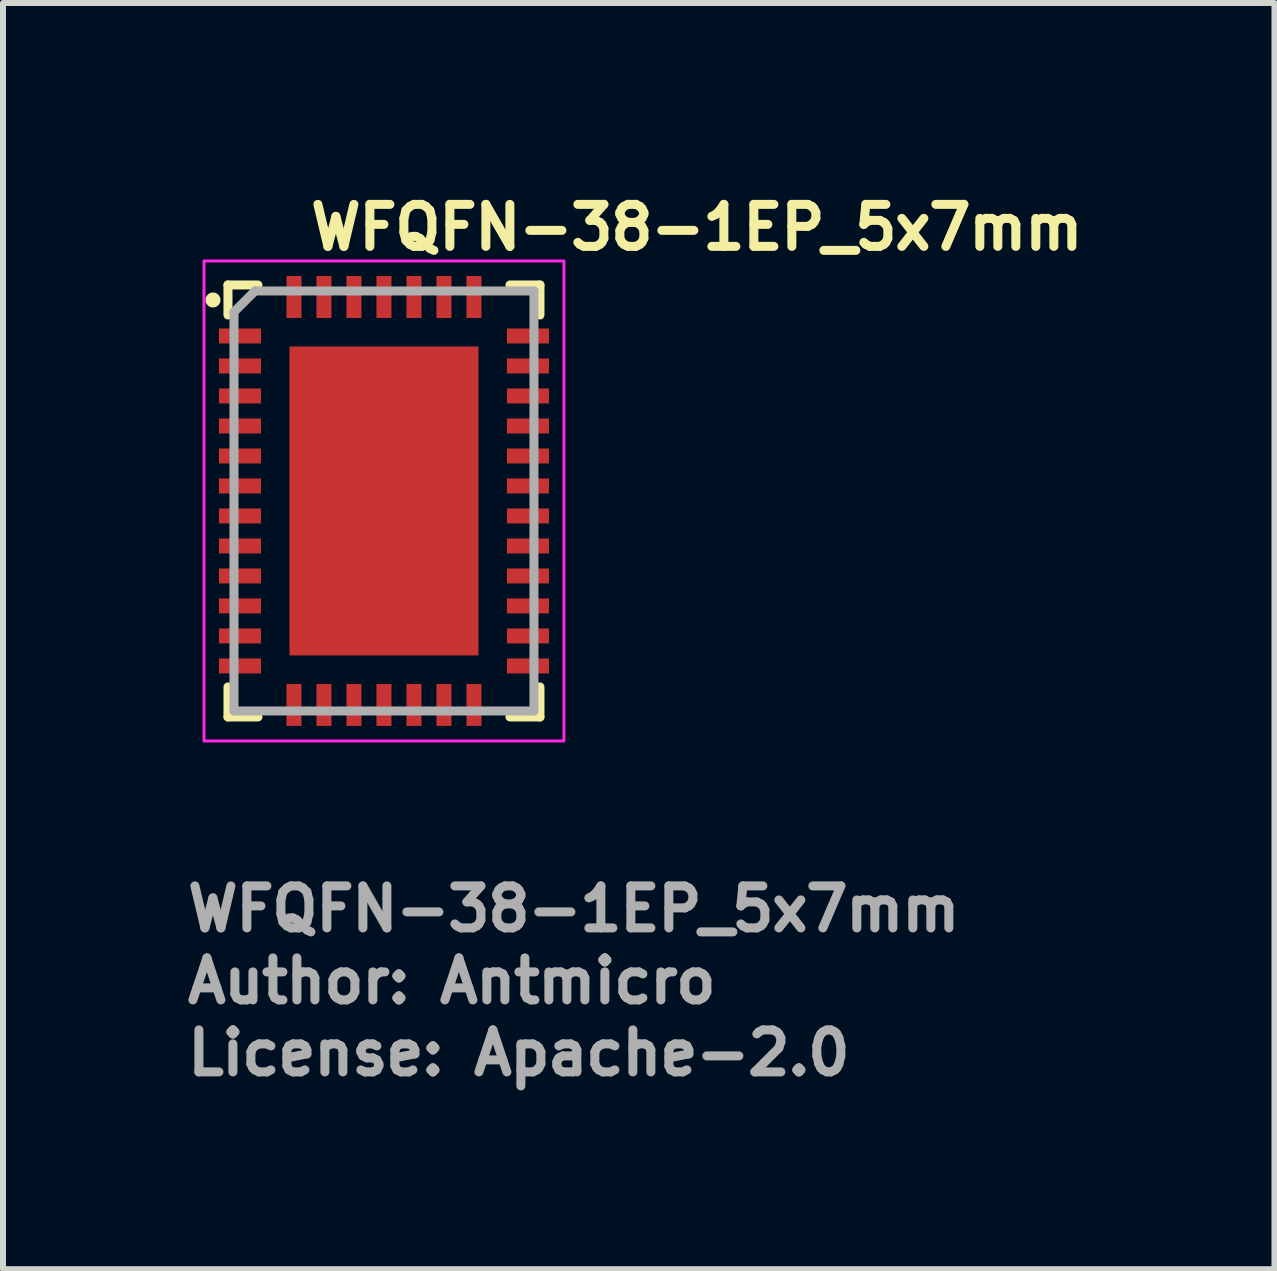
<source format=kicad_pcb>
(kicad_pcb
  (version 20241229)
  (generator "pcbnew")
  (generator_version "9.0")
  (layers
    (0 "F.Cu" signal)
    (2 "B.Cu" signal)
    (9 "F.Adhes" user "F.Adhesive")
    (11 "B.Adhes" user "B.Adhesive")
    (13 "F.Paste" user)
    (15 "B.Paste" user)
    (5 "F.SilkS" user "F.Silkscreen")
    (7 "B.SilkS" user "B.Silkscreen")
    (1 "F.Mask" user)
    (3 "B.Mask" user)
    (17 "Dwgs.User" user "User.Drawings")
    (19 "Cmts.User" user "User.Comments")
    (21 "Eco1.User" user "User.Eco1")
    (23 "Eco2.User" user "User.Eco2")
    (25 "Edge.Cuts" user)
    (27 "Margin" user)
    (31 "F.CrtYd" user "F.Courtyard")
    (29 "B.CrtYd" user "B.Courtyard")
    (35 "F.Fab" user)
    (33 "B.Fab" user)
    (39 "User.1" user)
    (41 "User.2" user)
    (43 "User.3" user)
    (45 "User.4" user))
  (footprint "WFQFN-38-1EP_5x7mm"
    (layer "F.Cu")
    (at 3.35 5.3)
    (property "Reference" "WFQFN-38-1EP_5x7mm" (at -1.3 -4.15 0) (layer "F.SilkS") (effects (font (size 0.7 0.7) (thickness 0.15)) (justify left bottom)))
    (attr smd)
    (fp_line (start -2.6 -3.6) (end -2.1 -3.6) (stroke (width 0.15) (type solid)) (layer "F.SilkS"))
    (fp_line (start -2.6 -3.1) (end -2.6 -3.6) (stroke (width 0.15) (type solid)) (layer "F.SilkS"))
    (fp_line (start -2.6 3.6) (end -2.6 3.1) (stroke (width 0.15) (type solid)) (layer "F.SilkS"))
    (fp_line (start -2.6 3.6) (end -2.1 3.6) (stroke (width 0.15) (type solid)) (layer "F.SilkS"))
    (fp_line (start 2.6 -3.6) (end 2.1 -3.6) (stroke (width 0.15) (type solid)) (layer "F.SilkS"))
    (fp_line (start 2.6 -3.6) (end 2.6 -3.1) (stroke (width 0.15) (type solid)) (layer "F.SilkS"))
    (fp_line (start 2.6 3.6) (end 2.1 3.6) (stroke (width 0.15) (type solid)) (layer "F.SilkS"))
    (fp_line (start 2.6 3.6) (end 2.6 3.1) (stroke (width 0.15) (type solid)) (layer "F.SilkS"))
    (fp_circle (center -2.85 -3.35) (end -2.8 -3.35) (stroke (width 0.15) (type solid)) (fill yes) (layer "F.SilkS"))
    (fp_rect (start -3 -4) (end 3 4) (stroke (width 0.05) (type solid)) (fill no) (layer "F.CrtYd"))
    (fp_line (start -2.5 -3.15) (end -2.5 3.5) (stroke (width 0.15) (type solid)) (layer "F.Fab"))
    (fp_line (start -2.5 -3.15) (end -2.15 -3.5) (stroke (width 0.15) (type solid)) (layer "F.Fab"))
    (fp_line (start -2.5 3.5) (end 2.5 3.5) (stroke (width 0.15) (type solid)) (layer "F.Fab"))
    (fp_line (start -2.15 -3.5) (end 2.5 -3.5) (stroke (width 0.15) (type solid)) (layer "F.Fab"))
    (fp_line (start 2.5 -3.5) (end 2.5 3.5) (stroke (width 0.15) (type solid)) (layer "F.Fab"))
    (fp_rect (start -2.553 -3.556) (end 2.553 3.556) (stroke (width 0.1) (type solid)) (fill no) (layer "User.5"))
    (fp_line (start -2.553 -3.556) (end -2.553 3.556) (stroke (width 0.02) (type solid)) (layer "User.9"))
    (fp_line (start -2.553 3.556) (end 2.553 3.556) (stroke (width 0.02) (type solid)) (layer "User.9"))
    (fp_line (start -2.17 -2.75) (end -2.17 -2.75) (stroke (width 0.02) (type solid)) (layer "User.9"))
    (fp_line (start -2.17 -2.75) (end -2.169 -2.743) (stroke (width 0.02) (type solid)) (layer "User.9"))
    (fp_line (start -2.169 -2.763) (end -2.169 -2.757) (stroke (width 0.02) (type solid)) (layer "User.9"))
    (fp_line (start -2.169 -2.757) (end -2.17 -2.75) (stroke (width 0.02) (type solid)) (layer "User.9"))
    (fp_line (start -2.169 -2.743) (end -2.169 -2.737) (stroke (width 0.02) (type solid)) (layer "User.9"))
    (fp_line (start -2.169 -2.737) (end -2.168 -2.731) (stroke (width 0.02) (type solid)) (layer "User.9"))
    (fp_line (start -2.168 -2.769) (end -2.169 -2.763) (stroke (width 0.02) (type solid)) (layer "User.9"))
    (fp_line (start -2.168 -2.731) (end -2.167 -2.724) (stroke (width 0.02) (type solid)) (layer "User.9"))
    (fp_line (start -2.167 -2.776) (end -2.168 -2.769) (stroke (width 0.02) (type solid)) (layer "User.9"))
    (fp_line (start -2.167 -2.724) (end -2.166 -2.718) (stroke (width 0.02) (type solid)) (layer "User.9"))
    (fp_line (start -2.166 -2.782) (end -2.167 -2.776) (stroke (width 0.02) (type solid)) (layer "User.9"))
    (fp_line (start -2.166 -2.718) (end -2.164 -2.712) (stroke (width 0.02) (type solid)) (layer "User.9"))
    (fp_line (start -2.164 -2.788) (end -2.166 -2.782) (stroke (width 0.02) (type solid)) (layer "User.9"))
    (fp_line (start -2.164 -2.712) (end -2.162 -2.706) (stroke (width 0.02) (type solid)) (layer "User.9"))
    (fp_line (start -2.162 -2.794) (end -2.164 -2.788) (stroke (width 0.02) (type solid)) (layer "User.9"))
    (fp_line (start -2.162 -2.706) (end -2.16 -2.7) (stroke (width 0.02) (type solid)) (layer "User.9"))
    (fp_line (start -2.16 -2.8) (end -2.162 -2.794) (stroke (width 0.02) (type solid)) (layer "User.9"))
    (fp_line (start -2.16 -2.7) (end -2.157 -2.695) (stroke (width 0.02) (type solid)) (layer "User.9"))
    (fp_line (start -2.157 -2.805) (end -2.16 -2.8) (stroke (width 0.02) (type solid)) (layer "User.9"))
    (fp_line (start -2.157 -2.695) (end -2.154 -2.689) (stroke (width 0.02) (type solid)) (layer "User.9"))
    (fp_line (start -2.154 -2.811) (end -2.157 -2.805) (stroke (width 0.02) (type solid)) (layer "User.9"))
    (fp_line (start -2.154 -2.689) (end -2.151 -2.684) (stroke (width 0.02) (type solid)) (layer "User.9"))
    (fp_line (start -2.151 -2.816) (end -2.154 -2.811) (stroke (width 0.02) (type solid)) (layer "User.9"))
    (fp_line (start -2.151 -2.684) (end -2.148 -2.679) (stroke (width 0.02) (type solid)) (layer "User.9"))
    (fp_line (start -2.148 -2.821) (end -2.151 -2.816) (stroke (width 0.02) (type solid)) (layer "User.9"))
    (fp_line (start -2.148 -2.679) (end -2.144 -2.674) (stroke (width 0.02) (type solid)) (layer "User.9"))
    (fp_line (start -2.144 -2.826) (end -2.148 -2.821) (stroke (width 0.02) (type solid)) (layer "User.9"))
    (fp_line (start -2.144 -2.674) (end -2.14 -2.669) (stroke (width 0.02) (type solid)) (layer "User.9"))
    (fp_line (start -2.14 -2.831) (end -2.144 -2.826) (stroke (width 0.02) (type solid)) (layer "User.9"))
    (fp_line (start -2.14 -2.669) (end -2.136 -2.664) (stroke (width 0.02) (type solid)) (layer "User.9"))
    (fp_line (start -2.136 -2.836) (end -2.14 -2.831) (stroke (width 0.02) (type solid)) (layer "User.9"))
    (fp_line (start -2.136 -2.664) (end -2.132 -2.66) (stroke (width 0.02) (type solid)) (layer "User.9"))
    (fp_line (start -2.132 -2.84) (end -2.136 -2.836) (stroke (width 0.02) (type solid)) (layer "User.9"))
    (fp_line (start -2.132 -2.66) (end -2.128 -2.656) (stroke (width 0.02) (type solid)) (layer "User.9"))
    (fp_line (start -2.128 -2.844) (end -2.132 -2.84) (stroke (width 0.02) (type solid)) (layer "User.9"))
    (fp_line (start -2.128 -2.656) (end -2.123 -2.652) (stroke (width 0.02) (type solid)) (layer "User.9"))
    (fp_line (start -2.123 -2.848) (end -2.128 -2.844) (stroke (width 0.02) (type solid)) (layer "User.9"))
    (fp_line (start -2.123 -2.652) (end -2.118 -2.648) (stroke (width 0.02) (type solid)) (layer "User.9"))
    (fp_line (start -2.118 -2.852) (end -2.123 -2.848) (stroke (width 0.02) (type solid)) (layer "User.9"))
    (fp_line (start -2.118 -2.648) (end -2.113 -2.644) (stroke (width 0.02) (type solid)) (layer "User.9"))
    (fp_line (start -2.113 -2.856) (end -2.118 -2.852) (stroke (width 0.02) (type solid)) (layer "User.9"))
    (fp_line (start -2.113 -2.644) (end -2.108 -2.641) (stroke (width 0.02) (type solid)) (layer "User.9"))
    (fp_line (start -2.108 -2.859) (end -2.113 -2.856) (stroke (width 0.02) (type solid)) (layer "User.9"))
    (fp_line (start -2.108 -2.641) (end -2.103 -2.638) (stroke (width 0.02) (type solid)) (layer "User.9"))
    (fp_line (start -2.103 -2.862) (end -2.108 -2.859) (stroke (width 0.02) (type solid)) (layer "User.9"))
    (fp_line (start -2.103 -2.638) (end -2.097 -2.635) (stroke (width 0.02) (type solid)) (layer "User.9"))
    (fp_line (start -2.097 -2.865) (end -2.103 -2.862) (stroke (width 0.02) (type solid)) (layer "User.9"))
    (fp_line (start -2.097 -2.635) (end -2.092 -2.632) (stroke (width 0.02) (type solid)) (layer "User.9"))
    (fp_line (start -2.092 -2.868) (end -2.097 -2.865) (stroke (width 0.02) (type solid)) (layer "User.9"))
    (fp_line (start -2.092 -2.632) (end -2.086 -2.63) (stroke (width 0.02) (type solid)) (layer "User.9"))
    (fp_line (start -2.086 -2.87) (end -2.092 -2.868) (stroke (width 0.02) (type solid)) (layer "User.9"))
    (fp_line (start -2.086 -2.63) (end -2.08 -2.628) (stroke (width 0.02) (type solid)) (layer "User.9"))
    (fp_line (start -2.08 -2.872) (end -2.086 -2.87) (stroke (width 0.02) (type solid)) (layer "User.9"))
    (fp_line (start -2.08 -2.628) (end -2.074 -2.626) (stroke (width 0.02) (type solid)) (layer "User.9"))
    (fp_line (start -2.074 -2.874) (end -2.08 -2.872) (stroke (width 0.02) (type solid)) (layer "User.9"))
    (fp_line (start -2.074 -2.626) (end -2.068 -2.625) (stroke (width 0.02) (type solid)) (layer "User.9"))
    (fp_line (start -2.068 -2.875) (end -2.074 -2.874) (stroke (width 0.02) (type solid)) (layer "User.9"))
    (fp_line (start -2.068 -2.625) (end -2.061 -2.624) (stroke (width 0.02) (type solid)) (layer "User.9"))
    (fp_line (start -2.061 -2.876) (end -2.068 -2.875) (stroke (width 0.02) (type solid)) (layer "User.9"))
    (fp_line (start -2.061 -2.624) (end -2.055 -2.623) (stroke (width 0.02) (type solid)) (layer "User.9"))
    (fp_line (start -2.055 -2.877) (end -2.061 -2.876) (stroke (width 0.02) (type solid)) (layer "User.9"))
    (fp_line (start -2.055 -2.623) (end -2.049 -2.623) (stroke (width 0.02) (type solid)) (layer "User.9"))
    (fp_line (start -2.049 -2.877) (end -2.055 -2.877) (stroke (width 0.02) (type solid)) (layer "User.9"))
    (fp_line (start -2.049 -2.623) (end -2.042 -2.622) (stroke (width 0.02) (type solid)) (layer "User.9"))
    (fp_line (start -2.042 -2.878) (end -2.049 -2.877) (stroke (width 0.02) (type solid)) (layer "User.9"))
    (fp_line (start -2.042 -2.878) (end -2.042 -2.878) (stroke (width 0.02) (type solid)) (layer "User.9"))
    (fp_line (start -2.042 -2.622) (end -2.042 -2.622) (stroke (width 0.02) (type solid)) (layer "User.9"))
    (fp_line (start -2.042 -2.622) (end -2.035 -2.623) (stroke (width 0.02) (type solid)) (layer "User.9"))
    (fp_line (start -2.035 -2.877) (end -2.042 -2.878) (stroke (width 0.02) (type solid)) (layer "User.9"))
    (fp_line (start -2.035 -2.623) (end -2.029 -2.623) (stroke (width 0.02) (type solid)) (layer "User.9"))
    (fp_line (start -2.029 -2.877) (end -2.035 -2.877) (stroke (width 0.02) (type solid)) (layer "User.9"))
    (fp_line (start -2.029 -2.623) (end -2.023 -2.624) (stroke (width 0.02) (type solid)) (layer "User.9"))
    (fp_line (start -2.023 -2.876) (end -2.029 -2.877) (stroke (width 0.02) (type solid)) (layer "User.9"))
    (fp_line (start -2.023 -2.624) (end -2.016 -2.625) (stroke (width 0.02) (type solid)) (layer "User.9"))
    (fp_line (start -2.016 -2.875) (end -2.023 -2.876) (stroke (width 0.02) (type solid)) (layer "User.9"))
    (fp_line (start -2.016 -2.625) (end -2.01 -2.626) (stroke (width 0.02) (type solid)) (layer "User.9"))
    (fp_line (start -2.01 -2.874) (end -2.016 -2.875) (stroke (width 0.02) (type solid)) (layer "User.9"))
    (fp_line (start -2.01 -2.626) (end -2.004 -2.628) (stroke (width 0.02) (type solid)) (layer "User.9"))
    (fp_line (start -2.004 -2.872) (end -2.01 -2.874) (stroke (width 0.02) (type solid)) (layer "User.9"))
    (fp_line (start -2.004 -2.628) (end -1.998 -2.63) (stroke (width 0.02) (type solid)) (layer "User.9"))
    (fp_line (start -1.998 -2.87) (end -2.004 -2.872) (stroke (width 0.02) (type solid)) (layer "User.9"))
    (fp_line (start -1.998 -2.63) (end -1.992 -2.632) (stroke (width 0.02) (type solid)) (layer "User.9"))
    (fp_line (start -1.992 -2.868) (end -1.998 -2.87) (stroke (width 0.02) (type solid)) (layer "User.9"))
    (fp_line (start -1.992 -2.632) (end -1.987 -2.635) (stroke (width 0.02) (type solid)) (layer "User.9"))
    (fp_line (start -1.987 -2.865) (end -1.992 -2.868) (stroke (width 0.02) (type solid)) (layer "User.9"))
    (fp_line (start -1.987 -2.635) (end -1.981 -2.638) (stroke (width 0.02) (type solid)) (layer "User.9"))
    (fp_line (start -1.981 -2.862) (end -1.987 -2.865) (stroke (width 0.02) (type solid)) (layer "User.9"))
    (fp_line (start -1.981 -2.638) (end -1.976 -2.641) (stroke (width 0.02) (type solid)) (layer "User.9"))
    (fp_line (start -1.976 -2.859) (end -1.981 -2.862) (stroke (width 0.02) (type solid)) (layer "User.9"))
    (fp_line (start -1.976 -2.641) (end -1.971 -2.644) (stroke (width 0.02) (type solid)) (layer "User.9"))
    (fp_line (start -1.971 -2.856) (end -1.976 -2.859) (stroke (width 0.02) (type solid)) (layer "User.9"))
    (fp_line (start -1.971 -2.644) (end -1.966 -2.648) (stroke (width 0.02) (type solid)) (layer "User.9"))
    (fp_line (start -1.966 -2.852) (end -1.971 -2.856) (stroke (width 0.02) (type solid)) (layer "User.9"))
    (fp_line (start -1.966 -2.648) (end -1.961 -2.652) (stroke (width 0.02) (type solid)) (layer "User.9"))
    (fp_line (start -1.961 -2.848) (end -1.966 -2.852) (stroke (width 0.02) (type solid)) (layer "User.9"))
    (fp_line (start -1.961 -2.652) (end -1.956 -2.656) (stroke (width 0.02) (type solid)) (layer "User.9"))
    (fp_line (start -1.956 -2.844) (end -1.961 -2.848) (stroke (width 0.02) (type solid)) (layer "User.9"))
    (fp_line (start -1.956 -2.656) (end -1.952 -2.66) (stroke (width 0.02) (type solid)) (layer "User.9"))
    (fp_line (start -1.952 -2.84) (end -1.956 -2.844) (stroke (width 0.02) (type solid)) (layer "User.9"))
    (fp_line (start -1.952 -2.66) (end -1.948 -2.664) (stroke (width 0.02) (type solid)) (layer "User.9"))
    (fp_line (start -1.948 -2.836) (end -1.952 -2.84) (stroke (width 0.02) (type solid)) (layer "User.9"))
    (fp_line (start -1.948 -2.664) (end -1.944 -2.669) (stroke (width 0.02) (type solid)) (layer "User.9"))
    (fp_line (start -1.944 -2.831) (end -1.948 -2.836) (stroke (width 0.02) (type solid)) (layer "User.9"))
    (fp_line (start -1.944 -2.669) (end -1.94 -2.674) (stroke (width 0.02) (type solid)) (layer "User.9"))
    (fp_line (start -1.94 -2.826) (end -1.944 -2.831) (stroke (width 0.02) (type solid)) (layer "User.9"))
    (fp_line (start -1.94 -2.674) (end -1.936 -2.679) (stroke (width 0.02) (type solid)) (layer "User.9"))
    (fp_line (start -1.936 -2.821) (end -1.94 -2.826) (stroke (width 0.02) (type solid)) (layer "User.9"))
    (fp_line (start -1.936 -2.679) (end -1.933 -2.684) (stroke (width 0.02) (type solid)) (layer "User.9"))
    (fp_line (start -1.933 -2.816) (end -1.936 -2.821) (stroke (width 0.02) (type solid)) (layer "User.9"))
    (fp_line (start -1.933 -2.684) (end -1.93 -2.689) (stroke (width 0.02) (type solid)) (layer "User.9"))
    (fp_line (start -1.93 -2.811) (end -1.933 -2.816) (stroke (width 0.02) (type solid)) (layer "User.9"))
    (fp_line (start -1.93 -2.689) (end -1.927 -2.695) (stroke (width 0.02) (type solid)) (layer "User.9"))
    (fp_line (start -1.927 -2.805) (end -1.93 -2.811) (stroke (width 0.02) (type solid)) (layer "User.9"))
    (fp_line (start -1.927 -2.695) (end -1.924 -2.7) (stroke (width 0.02) (type solid)) (layer "User.9"))
    (fp_line (start -1.924 -2.8) (end -1.927 -2.805) (stroke (width 0.02) (type solid)) (layer "User.9"))
    (fp_line (start -1.924 -2.7) (end -1.922 -2.706) (stroke (width 0.02) (type solid)) (layer "User.9"))
    (fp_line (start -1.922 -2.794) (end -1.924 -2.8) (stroke (width 0.02) (type solid)) (layer "User.9"))
    (fp_line (start -1.922 -2.706) (end -1.92 -2.712) (stroke (width 0.02) (type solid)) (layer "User.9"))
    (fp_line (start -1.92 -2.788) (end -1.922 -2.794) (stroke (width 0.02) (type solid)) (layer "User.9"))
    (fp_line (start -1.92 -2.712) (end -1.918 -2.718) (stroke (width 0.02) (type solid)) (layer "User.9"))
    (fp_line (start -1.918 -2.782) (end -1.92 -2.788) (stroke (width 0.02) (type solid)) (layer "User.9"))
    (fp_line (start -1.918 -2.718) (end -1.917 -2.724) (stroke (width 0.02) (type solid)) (layer "User.9"))
    (fp_line (start -1.917 -2.776) (end -1.918 -2.782) (stroke (width 0.02) (type solid)) (layer "User.9"))
    (fp_line (start -1.917 -2.724) (end -1.916 -2.731) (stroke (width 0.02) (type solid)) (layer "User.9"))
    (fp_line (start -1.916 -2.769) (end -1.917 -2.776) (stroke (width 0.02) (type solid)) (layer "User.9"))
    (fp_line (start -1.916 -2.731) (end -1.915 -2.737) (stroke (width 0.02) (type solid)) (layer "User.9"))
    (fp_line (start -1.915 -2.763) (end -1.916 -2.769) (stroke (width 0.02) (type solid)) (layer "User.9"))
    (fp_line (start -1.915 -2.757) (end -1.915 -2.763) (stroke (width 0.02) (type solid)) (layer "User.9"))
    (fp_line (start -1.915 -2.743) (end -1.914 -2.75) (stroke (width 0.02) (type solid)) (layer "User.9"))
    (fp_line (start -1.915 -2.737) (end -1.915 -2.743) (stroke (width 0.02) (type solid)) (layer "User.9"))
    (fp_line (start -1.914 -2.75) (end -1.915 -2.757) (stroke (width 0.02) (type solid)) (layer "User.9"))
    (fp_line (start -1.914 -2.75) (end -1.914 -2.75) (stroke (width 0.02) (type solid)) (layer "User.9"))
    (fp_line (start -1.914 -2.75) (end -1.914 -2.75) (stroke (width 0.02) (type solid)) (layer "User.9"))
    (fp_line (start 2.553 -3.556) (end -2.553 -3.556) (stroke (width 0.02) (type solid)) (layer "User.9"))
    (fp_line (start 2.553 3.556) (end 2.553 -3.556) (stroke (width 0.02) (type solid)) (layer "User.9"))
    (fp_text user "License: Apache-2.0" (at -3.35 9.61 0) (layer "F.Fab") (effects (font (size 0.7 0.7) (thickness 0.15)) (justify left bottom)))
    (fp_text user "${REFERENCE}" (at -3.35 7.21 0) (layer "F.Fab") (effects (font (size 0.7 0.7) (thickness 0.15)) (justify left bottom)))
    (fp_text user "Author: Antmicro" (at -3.35 8.41 0) (layer "F.Fab") (effects (font (size 0.7 0.7) (thickness 0.15)) (justify left bottom)))
    (pad "1" smd rect (at -2.4 -2.75) (size 0.7 0.25) (layers "F.Cu" "F.Mask" "F.Paste"))
    (pad "2" smd rect (at -2.4 -2.25) (size 0.7 0.25) (layers "F.Cu" "F.Mask" "F.Paste"))
    (pad "3" smd rect (at -2.4 -1.75) (size 0.7 0.25) (layers "F.Cu" "F.Mask" "F.Paste"))
    (pad "4" smd rect (at -2.4 -1.25) (size 0.7 0.25) (layers "F.Cu" "F.Mask" "F.Paste"))
    (pad "5" smd rect (at -2.4 -0.75) (size 0.7 0.25) (layers "F.Cu" "F.Mask" "F.Paste"))
    (pad "6" smd rect (at -2.4 -0.25) (size 0.7 0.25) (layers "F.Cu" "F.Mask" "F.Paste"))
    (pad "7" smd rect (at -2.4 0.25) (size 0.7 0.25) (layers "F.Cu" "F.Mask" "F.Paste"))
    (pad "8" smd rect (at -2.4 0.75) (size 0.7 0.25) (layers "F.Cu" "F.Mask" "F.Paste"))
    (pad "9" smd rect (at -2.4 1.25) (size 0.7 0.25) (layers "F.Cu" "F.Mask" "F.Paste"))
    (pad "10" smd rect (at -2.4 1.75) (size 0.7 0.25) (layers "F.Cu" "F.Mask" "F.Paste"))
    (pad "11" smd rect (at -2.4 2.25) (size 0.7 0.25) (layers "F.Cu" "F.Mask" "F.Paste"))
    (pad "12" smd rect (at -2.4 2.75) (size 0.7 0.25) (layers "F.Cu" "F.Mask" "F.Paste"))
    (pad "13" smd rect (at -1.5 3.4) (size 0.25 0.7) (layers "F.Cu" "F.Mask" "F.Paste"))
    (pad "14" smd rect (at -1 3.4) (size 0.25 0.7) (layers "F.Cu" "F.Mask" "F.Paste"))
    (pad "15" smd rect (at -0.5 3.4) (size 0.25 0.7) (layers "F.Cu" "F.Mask" "F.Paste"))
    (pad "16" smd rect (at 0 3.4) (size 0.25 0.7) (layers "F.Cu" "F.Mask" "F.Paste"))
    (pad "17" smd rect (at 0.5 3.4) (size 0.25 0.7) (layers "F.Cu" "F.Mask" "F.Paste"))
    (pad "18" smd rect (at 1 3.4) (size 0.25 0.7) (layers "F.Cu" "F.Mask" "F.Paste"))
    (pad "19" smd rect (at 1.5 3.4) (size 0.25 0.7) (layers "F.Cu" "F.Mask" "F.Paste"))
    (pad "20" smd rect (at 2.4 2.75) (size 0.7 0.25) (layers "F.Cu" "F.Mask" "F.Paste"))
    (pad "21" smd rect (at 2.4 2.25) (size 0.7 0.25) (layers "F.Cu" "F.Mask" "F.Paste"))
    (pad "22" smd rect (at 2.4 1.75) (size 0.7 0.25) (layers "F.Cu" "F.Mask" "F.Paste"))
    (pad "23" smd rect (at 2.4 1.25) (size 0.7 0.25) (layers "F.Cu" "F.Mask" "F.Paste"))
    (pad "24" smd rect (at 2.4 0.75) (size 0.7 0.25) (layers "F.Cu" "F.Mask" "F.Paste"))
    (pad "25" smd rect (at 2.4 0.25) (size 0.7 0.25) (layers "F.Cu" "F.Mask" "F.Paste"))
    (pad "26" smd rect (at 2.4 -0.25) (size 0.7 0.25) (layers "F.Cu" "F.Mask" "F.Paste"))
    (pad "27" smd rect (at 2.4 -0.75) (size 0.7 0.25) (layers "F.Cu" "F.Mask" "F.Paste"))
    (pad "28" smd rect (at 2.4 -1.25) (size 0.7 0.25) (layers "F.Cu" "F.Mask" "F.Paste"))
    (pad "29" smd rect (at 2.4 -1.75) (size 0.7 0.25) (layers "F.Cu" "F.Mask" "F.Paste"))
    (pad "30" smd rect (at 2.4 -2.25) (size 0.7 0.25) (layers "F.Cu" "F.Mask" "F.Paste"))
    (pad "31" smd rect (at 2.4 -2.75) (size 0.7 0.25) (layers "F.Cu" "F.Mask" "F.Paste"))
    (pad "32" smd rect (at 1.5 -3.4) (size 0.25 0.7) (layers "F.Cu" "F.Mask" "F.Paste"))
    (pad "33" smd rect (at 1 -3.4) (size 0.25 0.7) (layers "F.Cu" "F.Mask" "F.Paste"))
    (pad "34" smd rect (at 0.5 -3.4) (size 0.25 0.7) (layers "F.Cu" "F.Mask" "F.Paste"))
    (pad "35" smd rect (at 0 -3.4) (size 0.25 0.7) (layers "F.Cu" "F.Mask" "F.Paste"))
    (pad "36" smd rect (at -0.5 -3.4) (size 0.25 0.7) (layers "F.Cu" "F.Mask" "F.Paste"))
    (pad "37" smd rect (at -1 -3.4) (size 0.25 0.7) (layers "F.Cu" "F.Mask" "F.Paste"))
    (pad "38" smd rect (at -1.5 -3.4) (size 0.25 0.7) (layers "F.Cu" "F.Mask" "F.Paste"))
    (pad "39" smd rect (at 0 0) (size 3.15 5.15) (layers "F.Cu" "F.Mask" "F.Paste")))
  (gr_rect
    (start -3 -3)
    (end 18.193 18.105)
    (stroke (width 0.1) (type default))
    (fill no)
    (layer "Edge.Cuts")))
</source>
